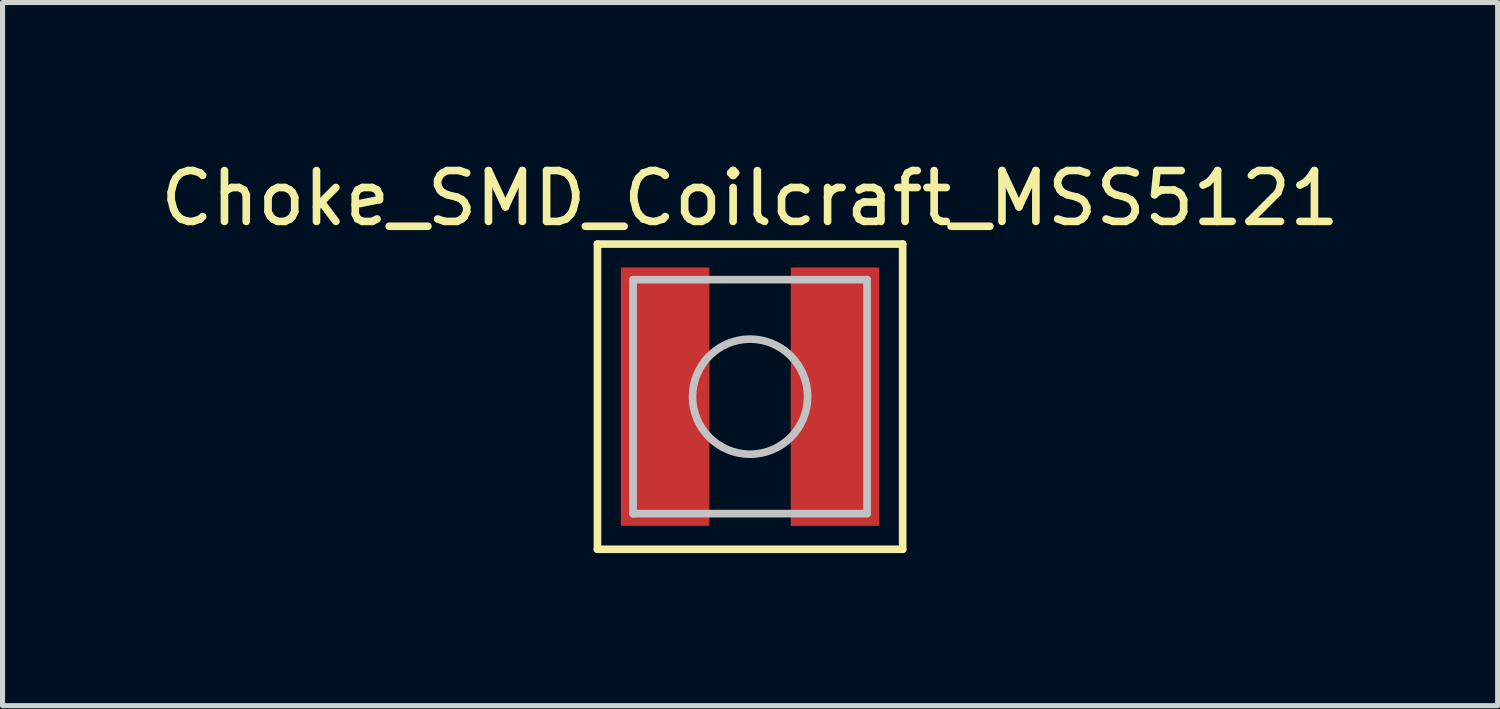
<source format=kicad_pcb>
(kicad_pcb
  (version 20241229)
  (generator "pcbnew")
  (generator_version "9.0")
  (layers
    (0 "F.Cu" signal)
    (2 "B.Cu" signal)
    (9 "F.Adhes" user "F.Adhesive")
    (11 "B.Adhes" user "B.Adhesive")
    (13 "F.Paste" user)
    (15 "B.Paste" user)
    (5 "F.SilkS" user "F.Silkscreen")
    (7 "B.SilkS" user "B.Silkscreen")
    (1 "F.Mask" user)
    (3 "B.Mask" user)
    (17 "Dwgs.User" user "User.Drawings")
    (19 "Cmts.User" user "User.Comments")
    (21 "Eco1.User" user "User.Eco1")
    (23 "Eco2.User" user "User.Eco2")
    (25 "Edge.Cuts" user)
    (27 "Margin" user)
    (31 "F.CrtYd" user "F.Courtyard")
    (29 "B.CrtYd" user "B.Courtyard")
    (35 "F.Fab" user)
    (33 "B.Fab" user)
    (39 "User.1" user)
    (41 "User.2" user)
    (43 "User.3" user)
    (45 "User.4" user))
  (footprint "Choke_SMD_Coilcraft_MSS5121"
    (layer "F.Cu")
    (at 11.696 4.748)
    (property "Reference" "Choke_SMD_Coilcraft_MSS5121" (at 0 -3.9 0) (layer "F.SilkS") (effects (font (size 1 1) (thickness 0.15))))
    (attr through_hole)
    (fp_line (start -3 -3) (end 3 -3) (stroke (width 0.15) (type solid)) (layer "F.SilkS"))
    (fp_line (start -3 3) (end -3 -3) (stroke (width 0.15) (type solid)) (layer "F.SilkS"))
    (fp_line (start 3 -3) (end 3 3) (stroke (width 0.15) (type solid)) (layer "F.SilkS"))
    (fp_line (start 3 3) (end -3 3) (stroke (width 0.15) (type solid)) (layer "F.SilkS"))
    (fp_line (start -2.3 2.3) (end -2.3 -2.3) (stroke (width 0.15) (type solid)) (layer "Dwgs.User"))
    (fp_line (start 2.3 -2.3) (end -2.3 -2.3) (stroke (width 0.15) (type solid)) (layer "Dwgs.User"))
    (fp_line (start 2.3 -2.3) (end 2.3 2.3) (stroke (width 0.15) (type solid)) (layer "Dwgs.User"))
    (fp_line (start 2.3 2.3) (end -2.3 2.3) (stroke (width 0.15) (type solid)) (layer "Dwgs.User"))
    (fp_circle (center 0 0) (end 0.8 -0.8) (stroke (width 0.15) (type solid)) (fill no) (layer "Dwgs.User"))
    (pad "1" smd rect (at -1.67 0) (size 1.74 5.08) (layers "F.Cu" "F.Mask" "F.Paste"))
    (pad "2" smd rect (at 1.67 0) (size 1.74 5.08) (layers "F.Cu" "F.Mask" "F.Paste")))
  (gr_rect
    (start -3 -3)
    (end 26.393 10.823)
    (stroke (width 0.1) (type default))
    (fill no)
    (layer "Edge.Cuts")))
</source>
